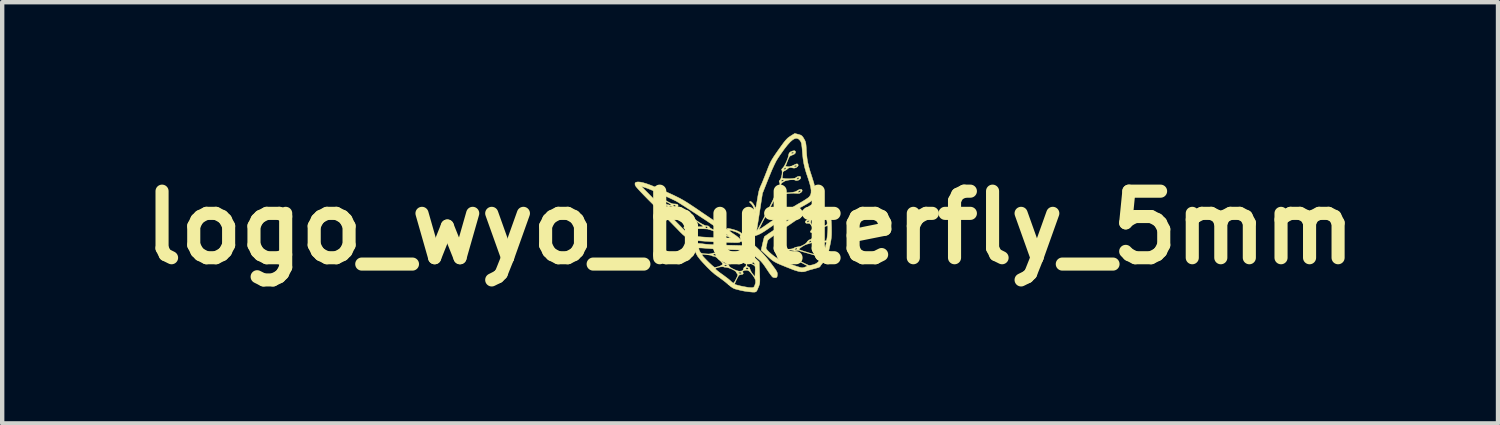
<source format=kicad_pcb>
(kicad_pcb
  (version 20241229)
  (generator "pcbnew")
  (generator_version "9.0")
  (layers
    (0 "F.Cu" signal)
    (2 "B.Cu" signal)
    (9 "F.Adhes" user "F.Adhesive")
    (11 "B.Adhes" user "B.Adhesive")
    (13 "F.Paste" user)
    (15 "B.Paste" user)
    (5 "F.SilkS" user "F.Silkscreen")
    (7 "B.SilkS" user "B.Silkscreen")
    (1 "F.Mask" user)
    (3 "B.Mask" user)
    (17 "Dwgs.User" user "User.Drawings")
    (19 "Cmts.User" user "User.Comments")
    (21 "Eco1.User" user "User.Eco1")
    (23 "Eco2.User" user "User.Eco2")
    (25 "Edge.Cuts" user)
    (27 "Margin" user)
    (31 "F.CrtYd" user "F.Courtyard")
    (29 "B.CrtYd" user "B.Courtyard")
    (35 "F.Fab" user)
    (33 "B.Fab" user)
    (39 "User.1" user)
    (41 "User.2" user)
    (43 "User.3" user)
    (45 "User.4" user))
  (footprint "logo_wyo_butterfly_5mm"
    (layer "F.Cu")
    (at 14.122 2.161)
    (property "Reference" "logo_wyo_butterfly_5mm" (at 0 0 0) (layer "F.SilkS") (effects (font (size 1.524 1.524) (thickness 0.3))))
    (attr through_hole)
    (fp_poly (pts (xy -1.132 0.365) (xy -1.053 0.375) (xy -1.009 0.38) (xy -0.941 0.385) (xy -0.853 0.39) (xy -0.752 0.394) (xy -0.644 0.398) (xy -0.563 0.401) (xy -0.177 0.411) (xy -0.092 0.496) (xy -0.041 0.546) (xy 0.021 0.606) (xy 0.083 0.666) (xy 0.1 0.682) (xy 0.208 0.784) (xy 0.218 1.028) (xy 0.222 1.118) (xy 0.224 1.185) (xy 0.223 1.234) (xy 0.22 1.272) (xy 0.213 1.304) (xy 0.202 1.337) (xy 0.186 1.375) (xy 0.168 1.42) (xy 0.152 1.451) (xy 0.133 1.469) (xy 0.105 1.477) (xy 0.062 1.477) (xy -0.001 1.471) (xy -0.06 1.464) (xy -0.124 1.455) (xy -0.188 1.443) (xy -0.224 1.435) (xy -0.28 1.42) (xy -0.336 1.406) (xy -0.348 1.403) (xy -0.394 1.382) (xy -0.452 1.342) (xy -0.504 1.297) (xy -0.508 1.294) (xy -0.353 1.294) (xy -0.353 1.296) (xy -0.331 1.306) (xy -0.288 1.318) (xy -0.23 1.333) (xy -0.165 1.347) (xy -0.099 1.359) (xy -0.041 1.369) (xy 0.003 1.373) (xy 0.009 1.374) (xy 0.055 1.373) (xy 0.081 1.366) (xy 0.096 1.348) (xy 0.106 1.326) (xy 0.125 1.265) (xy 0.125 1.21) (xy 0.104 1.154) (xy 0.062 1.09) (xy 0.05 1.075) (xy 0.008 1.025) (xy -0.023 0.995) (xy -0.05 0.98) (xy -0.075 0.975) (xy -0.123 0.978) (xy -0.156 0.99) (xy -0.17 1.008) (xy -0.164 1.024) (xy -0.154 1.05) (xy -0.17 1.069) (xy -0.21 1.076) (xy -0.21 1.076) (xy -0.233 1.078) (xy -0.252 1.09) (xy -0.272 1.116) (xy -0.297 1.163) (xy -0.307 1.182) (xy -0.331 1.232) (xy -0.347 1.272) (xy -0.353 1.294) (xy -0.508 1.294) (xy -0.566 1.245) (xy -0.64 1.188) (xy -0.711 1.136) (xy -0.724 1.127) (xy -0.804 1.069) (xy -0.889 0.996) (xy -0.945 0.941) (xy -0.795 0.941) (xy -0.785 0.956) (xy -0.782 0.958) (xy -0.76 0.978) (xy -0.719 1.011) (xy -0.667 1.05) (xy -0.62 1.083) (xy -0.56 1.128) (xy -0.504 1.17) (xy -0.461 1.206) (xy -0.441 1.225) (xy -0.41 1.253) (xy -0.386 1.269) (xy -0.381 1.27) (xy -0.367 1.258) (xy -0.345 1.225) (xy -0.32 1.178) (xy -0.318 1.174) (xy -0.294 1.123) (xy -0.282 1.091) (xy -0.283 1.072) (xy -0.292 1.06) (xy -0.311 1.035) (xy -0.311 1.033) (xy -0.267 1.033) (xy -0.256 1.045) (xy -0.254 1.046) (xy -0.223 1.06) (xy -0.205 1.051) (xy -0.202 1.047) (xy -0.203 1.029) (xy -0.223 1.02) (xy -0.251 1.023) (xy -0.267 1.033) (xy -0.311 1.033) (xy -0.314 1.022) (xy -0.327 1.004) (xy -0.36 0.98) (xy -0.406 0.955) (xy -0.458 0.933) (xy -0.506 0.917) (xy -0.541 0.911) (xy -0.582 0.907) (xy -0.61 0.898) (xy -0.61 0.898) (xy -0.636 0.895) (xy -0.682 0.9) (xy -0.719 0.908) (xy -0.767 0.921) (xy -0.791 0.93) (xy -0.795 0.941) (xy -0.945 0.941) (xy -0.982 0.905) (xy -1.087 0.793) (xy -1.139 0.735) (xy -1.201 0.655) (xy -1.221 0.618) (xy -1.099 0.618) (xy -1.098 0.628) (xy -1.096 0.633) (xy -1.076 0.66) (xy -1.041 0.698) (xy -0.997 0.744) (xy -0.948 0.793) (xy -0.9 0.838) (xy -0.857 0.877) (xy -0.824 0.903) (xy -0.808 0.911) (xy -0.779 0.907) (xy -0.737 0.896) (xy -0.723 0.893) (xy -0.679 0.875) (xy -0.664 0.867) (xy -0.598 0.867) (xy -0.585 0.878) (xy -0.56 0.882) (xy -0.532 0.876) (xy -0.523 0.867) (xy -0.536 0.855) (xy -0.56 0.852) (xy -0.588 0.857) (xy -0.598 0.867) (xy -0.664 0.867) (xy -0.644 0.855) (xy -0.639 0.85) (xy -0.629 0.836) (xy -0.63 0.821) (xy -0.645 0.799) (xy -0.677 0.764) (xy -0.7 0.742) (xy -0.757 0.69) (xy -0.8 0.663) (xy -0.823 0.657) (xy -0.857 0.652) (xy -0.875 0.643) (xy -0.896 0.634) (xy -0.939 0.626) (xy -0.993 0.619) (xy -1 0.618) (xy -1.043 0.615) (xy -0.85 0.615) (xy -0.839 0.627) (xy -0.836 0.628) (xy -0.805 0.641) (xy -0.782 0.639) (xy -0.777 0.628) (xy -0.789 0.607) (xy -0.817 0.601) (xy -0.833 0.605) (xy -0.85 0.615) (xy -1.043 0.615) (xy -1.056 0.613) (xy -1.087 0.613) (xy -1.099 0.618) (xy -1.221 0.618) (xy -1.246 0.571) (xy -1.262 0.531) (xy -1.283 0.467) (xy -1.175 0.467) (xy -1.174 0.485) (xy -1.163 0.519) (xy -1.156 0.533) (xy -1.14 0.563) (xy -1.124 0.58) (xy -1.1 0.59) (xy -1.058 0.596) (xy -1.019 0.6) (xy -0.944 0.604) (xy -0.894 0.598) (xy -0.873 0.591) (xy -0.824 0.579) (xy -0.788 0.582) (xy -0.754 0.593) (xy -0.741 0.614) (xy -0.74 0.631) (xy -0.729 0.663) (xy -0.702 0.704) (xy -0.664 0.748) (xy -0.624 0.787) (xy -0.587 0.814) (xy -0.564 0.822) (xy -0.526 0.829) (xy -0.496 0.846) (xy -0.482 0.867) (xy -0.483 0.874) (xy -0.476 0.891) (xy -0.446 0.915) (xy -0.403 0.94) (xy -0.352 0.965) (xy -0.301 0.985) (xy -0.257 0.997) (xy -0.24 0.998) (xy -0.199 0.994) (xy -0.17 0.984) (xy -0.168 0.983) (xy -0.152 0.956) (xy -0.149 0.938) (xy -0.149 0.938) (xy -0.098 0.938) (xy -0.096 0.942) (xy -0.074 0.955) (xy -0.048 0.951) (xy -0.038 0.943) (xy -0.042 0.928) (xy -0.062 0.918) (xy -0.086 0.917) (xy -0.091 0.92) (xy -0.098 0.938) (xy -0.149 0.938) (xy -0.137 0.91) (xy -0.12 0.901) (xy -0.099 0.885) (xy -0.091 0.863) (xy -0.075 0.863) (xy -0.063 0.889) (xy -0.041 0.899) (xy -0.014 0.912) (xy -0.003 0.947) (xy -0.002 0.948) (xy 0.01 0.984) (xy 0.036 1.029) (xy 0.057 1.059) (xy 0.112 1.126) (xy 0.116 1.016) (xy 0.118 0.96) (xy 0.117 0.914) (xy 0.114 0.888) (xy 0.113 0.887) (xy 0.093 0.865) (xy 0.055 0.842) (xy 0.01 0.823) (xy -0.029 0.814) (xy -0.046 0.815) (xy -0.07 0.834) (xy -0.075 0.863) (xy -0.091 0.863) (xy -0.09 0.859) (xy -0.092 0.834) (xy -0.108 0.822) (xy -0.109 0.822) (xy -0.136 0.813) (xy -0.157 0.801) (xy -0.176 0.782) (xy -0.175 0.777) (xy -0.127 0.777) (xy -0.106 0.789) (xy -0.089 0.792) (xy -0.065 0.785) (xy -0.06 0.777) (xy -0.073 0.766) (xy -0.098 0.762) (xy -0.123 0.767) (xy -0.127 0.777) (xy -0.175 0.777) (xy -0.171 0.763) (xy -0.166 0.756) (xy -0.131 0.735) (xy -0.086 0.735) (xy -0.042 0.753) (xy -0.025 0.767) (xy 0.008 0.796) (xy 0.047 0.822) (xy 0.085 0.84) (xy 0.111 0.846) (xy 0.117 0.844) (xy 0.11 0.831) (xy 0.085 0.802) (xy 0.044 0.759) (xy -0.008 0.708) (xy -0.044 0.673) (xy -0.216 0.512) (xy -0.508 0.503) (xy -0.614 0.499) (xy -0.726 0.493) (xy -0.833 0.487) (xy -0.926 0.48) (xy -0.982 0.476) (xy -1.053 0.47) (xy -1.113 0.466) (xy -1.155 0.465) (xy -1.174 0.467) (xy -1.175 0.467) (xy -1.283 0.467) (xy -1.284 0.464) (xy -1.292 0.415) (xy -1.283 0.383) (xy -1.255 0.365) (xy -1.206 0.359) (xy -1.132 0.365)) (stroke (width 0.01) (type solid)) (fill yes) (layer "F.SilkS"))
    (fp_poly (pts (xy 1.566 -0.577) (xy 1.567 -0.576) (xy 1.619 -0.54) (xy 1.677 -0.485) (xy 1.735 -0.418) (xy 1.785 -0.348) (xy 1.812 -0.299) (xy 1.831 -0.259) (xy 1.845 -0.225) (xy 1.853 -0.19) (xy 1.859 -0.146) (xy 1.862 -0.087) (xy 1.865 -0.006) (xy 1.865 0.007) (xy 1.866 0.096) (xy 1.865 0.167) (xy 1.86 0.23) (xy 1.851 0.296) (xy 1.836 0.374) (xy 1.824 0.43) (xy 1.803 0.525) (xy 1.785 0.596) (xy 1.768 0.65) (xy 1.749 0.693) (xy 1.725 0.732) (xy 1.694 0.772) (xy 1.667 0.804) (xy 1.633 0.845) (xy 1.609 0.878) (xy 1.599 0.895) (xy 1.599 0.896) (xy 1.585 0.905) (xy 1.549 0.918) (xy 1.497 0.933) (xy 1.47 0.94) (xy 1.404 0.958) (xy 1.343 0.975) (xy 1.298 0.991) (xy 1.289 0.994) (xy 1.236 1.01) (xy 1.179 1.013) (xy 1.112 1.003) (xy 1.028 0.978) (xy 0.994 0.966) (xy 0.922 0.938) (xy 0.835 0.904) (xy 0.747 0.868) (xy 0.693 0.846) (xy 0.619 0.813) (xy 0.563 0.784) (xy 0.515 0.753) (xy 0.466 0.714) (xy 0.408 0.662) (xy 0.39 0.645) (xy 0.253 0.515) (xy 0.265 0.465) (xy 0.365 0.465) (xy 0.372 0.487) (xy 0.399 0.522) (xy 0.441 0.564) (xy 0.493 0.61) (xy 0.55 0.655) (xy 0.607 0.694) (xy 0.658 0.724) (xy 0.666 0.728) (xy 0.747 0.763) (xy 0.835 0.8) (xy 0.922 0.834) (xy 1.006 0.865) (xy 1.081 0.891) (xy 1.141 0.909) (xy 1.182 0.919) (xy 1.195 0.92) (xy 1.238 0.91) (xy 1.276 0.897) (xy 1.304 0.884) (xy 1.313 0.876) (xy 1.313 0.876) (xy 1.299 0.868) (xy 1.262 0.848) (xy 1.206 0.818) (xy 1.134 0.78) (xy 1.051 0.737) (xy 0.992 0.705) (xy 0.878 0.646) (xy 0.787 0.601) (xy 0.72 0.57) (xy 0.674 0.553) (xy 0.648 0.547) (xy 0.645 0.548) (xy 0.614 0.546) (xy 0.601 0.527) (xy 0.602 0.522) (xy 0.711 0.522) (xy 0.721 0.532) (xy 0.753 0.554) (xy 0.804 0.584) (xy 0.868 0.62) (xy 0.941 0.661) (xy 1.02 0.704) (xy 1.099 0.745) (xy 1.175 0.784) (xy 1.243 0.818) (xy 1.298 0.844) (xy 1.337 0.861) (xy 1.353 0.865) (xy 1.385 0.862) (xy 1.432 0.852) (xy 1.458 0.845) (xy 1.51 0.824) (xy 1.552 0.792) (xy 1.587 0.752) (xy 1.615 0.713) (xy 1.633 0.686) (xy 1.637 0.676) (xy 1.622 0.671) (xy 1.583 0.66) (xy 1.525 0.643) (xy 1.452 0.623) (xy 1.388 0.605) (xy 1.306 0.582) (xy 1.232 0.561) (xy 1.174 0.544) (xy 1.134 0.531) (xy 1.121 0.526) (xy 1.091 0.521) (xy 1.057 0.529) (xy 1.016 0.537) (xy 0.986 0.526) (xy 0.959 0.518) (xy 0.913 0.512) (xy 0.858 0.509) (xy 0.801 0.508) (xy 0.752 0.511) (xy 0.719 0.517) (xy 0.711 0.522) (xy 0.602 0.522) (xy 0.606 0.501) (xy 0.642 0.501) (xy 0.645 0.519) (xy 0.66 0.52) (xy 0.679 0.514) (xy 0.694 0.503) (xy 1.021 0.503) (xy 1.037 0.508) (xy 1.044 0.508) (xy 1.066 0.501) (xy 1.119 0.501) (xy 1.134 0.508) (xy 1.172 0.522) (xy 1.228 0.54) (xy 1.296 0.561) (xy 1.37 0.584) (xy 1.445 0.606) (xy 1.516 0.626) (xy 1.576 0.642) (xy 1.62 0.652) (xy 1.64 0.656) (xy 1.66 0.645) (xy 1.673 0.624) (xy 1.682 0.597) (xy 1.695 0.552) (xy 1.711 0.496) (xy 1.725 0.438) (xy 1.738 0.386) (xy 1.746 0.349) (xy 1.748 0.336) (xy 1.734 0.332) (xy 1.698 0.33) (xy 1.645 0.33) (xy 1.583 0.333) (xy 1.519 0.337) (xy 1.46 0.342) (xy 1.412 0.348) (xy 1.382 0.355) (xy 1.382 0.355) (xy 1.337 0.37) (xy 1.3 0.38) (xy 1.267 0.392) (xy 1.225 0.414) (xy 1.182 0.441) (xy 1.145 0.468) (xy 1.123 0.491) (xy 1.119 0.501) (xy 1.066 0.501) (xy 1.07 0.499) (xy 1.076 0.486) (xy 1.069 0.466) (xy 1.063 0.463) (xy 1.043 0.473) (xy 1.031 0.486) (xy 1.021 0.503) (xy 0.694 0.503) (xy 0.7 0.498) (xy 0.695 0.483) (xy 0.672 0.478) (xy 0.648 0.487) (xy 0.642 0.501) (xy 0.606 0.501) (xy 0.607 0.499) (xy 0.627 0.476) (xy 0.666 0.455) (xy 0.705 0.449) (xy 0.734 0.46) (xy 0.742 0.471) (xy 0.761 0.484) (xy 0.801 0.492) (xy 0.853 0.495) (xy 0.909 0.493) (xy 0.959 0.486) (xy 0.995 0.474) (xy 1.004 0.468) (xy 1.036 0.452) (xy 1.081 0.442) (xy 1.094 0.441) (xy 1.15 0.43) (xy 1.21 0.405) (xy 1.265 0.371) (xy 1.304 0.334) (xy 1.308 0.326) (xy 1.348 0.326) (xy 1.352 0.341) (xy 1.368 0.341) (xy 1.394 0.327) (xy 1.401 0.316) (xy 1.397 0.301) (xy 1.381 0.301) (xy 1.355 0.315) (xy 1.348 0.326) (xy 1.308 0.326) (xy 1.314 0.318) (xy 1.342 0.287) (xy 1.366 0.278) (xy 1.439 0.278) (xy 1.454 0.299) (xy 1.49 0.31) (xy 1.548 0.313) (xy 1.59 0.314) (xy 1.661 0.313) (xy 1.708 0.308) (xy 1.736 0.3) (xy 1.749 0.291) (xy 1.756 0.27) (xy 1.763 0.229) (xy 1.769 0.174) (xy 1.775 0.114) (xy 1.779 0.055) (xy 1.78 0.004) (xy 1.779 -0.032) (xy 1.775 -0.045) (xy 1.759 -0.04) (xy 1.721 -0.029) (xy 1.671 -0.012) (xy 1.66 -0.008) (xy 1.573 0.029) (xy 1.511 0.074) (xy 1.471 0.131) (xy 1.451 0.188) (xy 1.439 0.242) (xy 1.439 0.278) (xy 1.366 0.278) (xy 1.373 0.274) (xy 1.405 0.262) (xy 1.421 0.235) (xy 1.426 0.214) (xy 1.435 0.173) (xy 1.444 0.142) (xy 1.444 0.141) (xy 1.441 0.123) (xy 1.422 0.12) (xy 1.389 0.111) (xy 1.381 0.09) (xy 1.384 0.084) (xy 1.425 0.084) (xy 1.44 0.09) (xy 1.447 0.09) (xy 1.473 0.081) (xy 1.479 0.067) (xy 1.472 0.047) (xy 1.466 0.045) (xy 1.447 0.055) (xy 1.434 0.067) (xy 1.425 0.084) (xy 1.384 0.084) (xy 1.399 0.061) (xy 1.408 0.052) (xy 1.446 0.019) (xy 1.407 -0.043) (xy 1.38 -0.081) (xy 1.358 -0.098) (xy 1.333 -0.099) (xy 1.327 -0.099) (xy 1.287 -0.099) (xy 1.266 -0.116) (xy 1.266 -0.117) (xy 1.388 -0.117) (xy 1.403 -0.077) (xy 1.429 -0.036) (xy 1.461 -0.001) (xy 1.486 0.015) (xy 1.514 0.015) (xy 1.561 0.006) (xy 1.618 -0.01) (xy 1.679 -0.03) (xy 1.733 -0.053) (xy 1.75 -0.061) (xy 1.764 -0.084) (xy 1.764 -0.127) (xy 1.752 -0.183) (xy 1.728 -0.246) (xy 1.706 -0.289) (xy 1.674 -0.342) (xy 1.648 -0.372) (xy 1.621 -0.38) (xy 1.588 -0.365) (xy 1.542 -0.329) (xy 1.516 -0.307) (xy 1.471 -0.265) (xy 1.434 -0.228) (xy 1.413 -0.202) (xy 1.409 -0.195) (xy 1.396 -0.162) (xy 1.388 -0.146) (xy 1.388 -0.117) (xy 1.266 -0.117) (xy 1.268 -0.135) (xy 1.3 -0.135) (xy 1.309 -0.121) (xy 1.337 -0.129) (xy 1.344 -0.134) (xy 1.358 -0.15) (xy 1.356 -0.158) (xy 1.335 -0.162) (xy 1.31 -0.152) (xy 1.3 -0.135) (xy 1.268 -0.135) (xy 1.269 -0.144) (xy 1.284 -0.163) (xy 1.317 -0.186) (xy 1.347 -0.194) (xy 1.374 -0.205) (xy 1.414 -0.233) (xy 1.461 -0.275) (xy 1.463 -0.277) (xy 1.508 -0.319) (xy 1.55 -0.357) (xy 1.579 -0.381) (xy 1.582 -0.383) (xy 1.616 -0.407) (xy 1.582 -0.442) (xy 1.553 -0.467) (xy 1.528 -0.478) (xy 1.527 -0.478) (xy 1.51 -0.47) (xy 1.472 -0.447) (xy 1.414 -0.41) (xy 1.34 -0.362) (xy 1.254 -0.305) (xy 1.156 -0.24) (xy 1.052 -0.169) (xy 1.04 -0.162) (xy 0.899 -0.065) (xy 0.78 0.015) (xy 0.682 0.082) (xy 0.602 0.137) (xy 0.539 0.182) (xy 0.491 0.217) (xy 0.455 0.245) (xy 0.429 0.267) (xy 0.412 0.285) (xy 0.402 0.301) (xy 0.396 0.315) (xy 0.393 0.33) (xy 0.39 0.348) (xy 0.388 0.359) (xy 0.378 0.409) (xy 0.369 0.449) (xy 0.365 0.465) (xy 0.265 0.465) (xy 0.288 0.362) (xy 0.303 0.299) (xy 0.316 0.247) (xy 0.326 0.214) (xy 0.33 0.204) (xy 0.346 0.193) (xy 0.383 0.167) (xy 0.439 0.128) (xy 0.511 0.08) (xy 0.596 0.022) (xy 0.69 -0.042) (xy 0.791 -0.11) (xy 0.895 -0.18) (xy 1 -0.251) (xy 1.102 -0.32) (xy 1.199 -0.385) (xy 1.287 -0.445) (xy 1.363 -0.496) (xy 1.425 -0.537) (xy 1.469 -0.566) (xy 1.492 -0.581) (xy 1.494 -0.583) (xy 1.527 -0.59) (xy 1.566 -0.577)) (stroke (width 0.01) (type solid)) (fill yes) (layer "F.SilkS"))
    (fp_poly (pts (xy 1.105 -2.135) (xy 1.152 -2.121) (xy 1.184 -2.103) (xy 1.21 -2.073) (xy 1.233 -2.036) (xy 1.253 -2) (xy 1.267 -1.968) (xy 1.276 -1.932) (xy 1.282 -1.886) (xy 1.287 -1.82) (xy 1.289 -1.774) (xy 1.296 -1.67) (xy 1.306 -1.577) (xy 1.322 -1.487) (xy 1.344 -1.393) (xy 1.375 -1.287) (xy 1.416 -1.162) (xy 1.419 -1.152) (xy 1.458 -1.028) (xy 1.483 -0.927) (xy 1.495 -0.843) (xy 1.493 -0.774) (xy 1.479 -0.715) (xy 1.47 -0.692) (xy 1.451 -0.66) (xy 1.424 -0.629) (xy 1.385 -0.597) (xy 1.33 -0.561) (xy 1.255 -0.517) (xy 1.195 -0.484) (xy 1.111 -0.438) (xy 1.03 -0.39) (xy 0.947 -0.338) (xy 0.856 -0.28) (xy 0.755 -0.212) (xy 0.638 -0.131) (xy 0.515 -0.044) (xy 0.417 0.024) (xy 0.339 0.077) (xy 0.276 0.116) (xy 0.225 0.144) (xy 0.18 0.165) (xy 0.143 0.178) (xy 0.092 0.193) (xy 0.055 0.203) (xy 0.037 0.206) (xy 0.037 0.206) (xy 0.038 0.19) (xy 0.043 0.15) (xy 0.052 0.09) (xy 0.055 0.067) (xy 0.151 0.067) (xy 0.155 0.07) (xy 0.168 0.052) (xy 0.18 0.031) (xy 0.204 -0.012) (xy 0.238 -0.075) (xy 0.279 -0.153) (xy 0.326 -0.242) (xy 0.375 -0.336) (xy 0.424 -0.432) (xy 0.47 -0.522) (xy 0.508 -0.6) (xy 0.539 -0.663) (xy 0.559 -0.708) (xy 0.568 -0.73) (xy 0.577 -0.749) (xy 0.616 -0.749) (xy 0.62 -0.735) (xy 0.636 -0.734) (xy 0.662 -0.749) (xy 0.669 -0.76) (xy 0.665 -0.775) (xy 0.649 -0.775) (xy 0.623 -0.76) (xy 0.616 -0.749) (xy 0.577 -0.749) (xy 0.585 -0.765) (xy 0.605 -0.783) (xy 0.629 -0.798) (xy 0.645 -0.817) (xy 0.657 -0.847) (xy 0.668 -0.896) (xy 0.673 -0.922) (xy 0.682 -0.979) (xy 0.682 -1.015) (xy 0.674 -1.036) (xy 0.673 -1.038) (xy 0.665 -1.058) (xy 0.67 -1.067) (xy 0.704 -1.067) (xy 0.71 -1.062) (xy 0.728 -1.061) (xy 0.757 -1.067) (xy 0.769 -1.075) (xy 0.771 -1.092) (xy 0.754 -1.097) (xy 0.728 -1.087) (xy 0.723 -1.083) (xy 0.704 -1.067) (xy 0.67 -1.067) (xy 0.679 -1.082) (xy 0.685 -1.088) (xy 0.699 -1.111) (xy 1.066 -1.111) (xy 1.082 -1.106) (xy 1.089 -1.106) (xy 1.115 -1.115) (xy 1.121 -1.128) (xy 1.113 -1.148) (xy 1.107 -1.15) (xy 1.088 -1.14) (xy 1.076 -1.128) (xy 1.066 -1.111) (xy 0.699 -1.111) (xy 0.704 -1.119) (xy 0.72 -1.166) (xy 0.731 -1.219) (xy 0.735 -1.269) (xy 0.731 -1.305) (xy 0.726 -1.315) (xy 0.722 -1.333) (xy 0.723 -1.335) (xy 0.767 -1.335) (xy 0.783 -1.33) (xy 0.79 -1.33) (xy 0.816 -1.339) (xy 0.822 -1.352) (xy 0.815 -1.372) (xy 0.809 -1.375) (xy 0.789 -1.364) (xy 0.777 -1.352) (xy 0.767 -1.335) (xy 0.723 -1.335) (xy 0.742 -1.359) (xy 0.751 -1.367) (xy 0.776 -1.399) (xy 0.805 -1.451) (xy 0.835 -1.513) (xy 0.86 -1.576) (xy 0.877 -1.631) (xy 0.882 -1.664) (xy 0.895 -1.706) (xy 0.945 -1.706) (xy 0.949 -1.691) (xy 0.964 -1.691) (xy 0.991 -1.705) (xy 0.998 -1.716) (xy 0.993 -1.731) (xy 0.978 -1.731) (xy 0.952 -1.717) (xy 0.945 -1.706) (xy 0.895 -1.706) (xy 0.895 -1.707) (xy 0.934 -1.74) (xy 0.983 -1.757) (xy 1.019 -1.76) (xy 1.037 -1.748) (xy 1.04 -1.742) (xy 1.039 -1.709) (xy 1.009 -1.68) (xy 0.956 -1.657) (xy 0.928 -1.646) (xy 0.908 -1.631) (xy 0.89 -1.605) (xy 0.871 -1.561) (xy 0.856 -1.523) (xy 0.811 -1.405) (xy 0.86 -1.396) (xy 0.9 -1.394) (xy 0.904 -1.395) (xy 1.003 -1.395) (xy 1.013 -1.39) (xy 1.027 -1.39) (xy 1.056 -1.395) (xy 1.068 -1.403) (xy 1.069 -1.421) (xy 1.053 -1.428) (xy 1.029 -1.422) (xy 1.019 -1.414) (xy 1.003 -1.395) (xy 0.904 -1.395) (xy 0.946 -1.407) (xy 0.993 -1.428) (xy 1.042 -1.451) (xy 1.072 -1.46) (xy 1.09 -1.455) (xy 1.094 -1.452) (xy 1.103 -1.427) (xy 1.09 -1.401) (xy 1.062 -1.378) (xy 1.026 -1.364) (xy 0.988 -1.363) (xy 0.977 -1.367) (xy 0.934 -1.376) (xy 0.892 -1.37) (xy 0.863 -1.352) (xy 0.861 -1.349) (xy 0.84 -1.329) (xy 0.803 -1.308) (xy 0.798 -1.306) (xy 0.763 -1.287) (xy 0.749 -1.262) (xy 0.747 -1.236) (xy 0.744 -1.192) (xy 0.738 -1.157) (xy 0.737 -1.14) (xy 0.745 -1.129) (xy 0.768 -1.122) (xy 0.811 -1.119) (xy 0.876 -1.118) (xy 0.909 -1.118) (xy 0.979 -1.121) (xy 1.024 -1.13) (xy 1.043 -1.14) (xy 1.082 -1.165) (xy 1.121 -1.175) (xy 1.15 -1.169) (xy 1.16 -1.157) (xy 1.158 -1.128) (xy 1.135 -1.102) (xy 1.1 -1.083) (xy 1.061 -1.077) (xy 1.028 -1.086) (xy 1.022 -1.091) (xy 0.998 -1.098) (xy 0.956 -1.097) (xy 0.903 -1.092) (xy 0.85 -1.082) (xy 0.805 -1.07) (xy 0.779 -1.057) (xy 0.747 -1.035) (xy 0.73 -1.027) (xy 0.712 -1.005) (xy 0.695 -0.954) (xy 0.687 -0.919) (xy 0.678 -0.866) (xy 0.676 -0.834) (xy 0.681 -0.815) (xy 0.694 -0.801) (xy 0.697 -0.799) (xy 0.725 -0.785) (xy 0.741 -0.784) (xy 0.763 -0.787) (xy 0.806 -0.792) (xy 0.864 -0.798) (xy 0.895 -0.8) (xy 0.975 -0.809) (xy 0.985 -0.811) (xy 1.094 -0.811) (xy 1.106 -0.807) (xy 1.12 -0.809) (xy 1.15 -0.82) (xy 1.162 -0.833) (xy 1.158 -0.849) (xy 1.139 -0.85) (xy 1.115 -0.838) (xy 1.104 -0.828) (xy 1.094 -0.811) (xy 0.985 -0.811) (xy 1.03 -0.82) (xy 1.064 -0.836) (xy 1.066 -0.838) (xy 1.107 -0.862) (xy 1.14 -0.875) (xy 1.176 -0.875) (xy 1.193 -0.857) (xy 1.188 -0.829) (xy 1.165 -0.804) (xy 1.137 -0.787) (xy 1.101 -0.781) (xy 1.055 -0.785) (xy 0.996 -0.788) (xy 0.927 -0.785) (xy 0.854 -0.779) (xy 0.786 -0.769) (xy 0.729 -0.757) (xy 0.693 -0.743) (xy 0.687 -0.739) (xy 0.652 -0.717) (xy 0.62 -0.705) (xy 0.606 -0.698) (xy 0.591 -0.684) (xy 0.572 -0.66) (xy 0.548 -0.622) (xy 0.517 -0.568) (xy 0.477 -0.495) (xy 0.426 -0.4) (xy 0.388 -0.328) (xy 0.339 -0.233) (xy 0.294 -0.146) (xy 0.257 -0.072) (xy 0.228 -0.013) (xy 0.209 0.027) (xy 0.203 0.044) (xy 0.203 0.044) (xy 0.217 0.039) (xy 0.25 0.019) (xy 0.297 -0.011) (xy 0.34 -0.041) (xy 0.484 -0.141) (xy 0.626 -0.237) (xy 0.761 -0.328) (xy 0.886 -0.409) (xy 0.998 -0.48) (xy 1.092 -0.537) (xy 1.144 -0.566) (xy 1.212 -0.606) (xy 1.274 -0.645) (xy 1.324 -0.679) (xy 1.353 -0.703) (xy 1.381 -0.743) (xy 1.396 -0.792) (xy 1.398 -0.854) (xy 1.386 -0.932) (xy 1.36 -1.031) (xy 1.326 -1.136) (xy 1.284 -1.261) (xy 1.253 -1.369) (xy 1.23 -1.47) (xy 1.213 -1.573) (xy 1.201 -1.688) (xy 1.196 -1.75) (xy 1.189 -1.832) (xy 1.182 -1.891) (xy 1.175 -1.932) (xy 1.164 -1.961) (xy 1.151 -1.986) (xy 1.142 -1.997) (xy 1.108 -2.03) (xy 1.07 -2.045) (xy 1.027 -2.039) (xy 0.978 -2.013) (xy 0.921 -1.964) (xy 0.856 -1.892) (xy 0.78 -1.795) (xy 0.694 -1.674) (xy 0.633 -1.584) (xy 0.595 -1.52) (xy 0.552 -1.433) (xy 0.501 -1.322) (xy 0.444 -1.184) (xy 0.421 -1.128) (xy 0.284 -0.784) (xy 0.224 -0.396) (xy 0.207 -0.289) (xy 0.192 -0.19) (xy 0.178 -0.104) (xy 0.167 -0.034) (xy 0.159 0.015) (xy 0.155 0.037) (xy 0.151 0.067) (xy 0.055 0.067) (xy 0.063 0.014) (xy 0.076 -0.073) (xy 0.076 -0.075) (xy 0.09 -0.162) (xy 0.101 -0.24) (xy 0.109 -0.303) (xy 0.114 -0.346) (xy 0.115 -0.364) (xy 0.115 -0.364) (xy 0.106 -0.36) (xy 0.085 -0.335) (xy 0.057 -0.294) (xy 0.024 -0.243) (xy -0.011 -0.186) (xy -0.044 -0.13) (xy -0.071 -0.08) (xy -0.09 -0.04) (xy -0.094 -0.03) (xy -0.11 0.024) (xy -0.123 0.078) (xy -0.125 0.092) (xy -0.128 0.127) (xy -0.12 0.142) (xy -0.096 0.146) (xy -0.094 0.146) (xy -0.057 0.155) (xy -0.037 0.184) (xy -0.03 0.237) (xy -0.03 0.238) (xy -0.027 0.265) (xy -0.016 0.29) (xy 0.007 0.319) (xy 0.047 0.359) (xy 0.078 0.387) (xy 0.176 0.477) (xy 0.257 0.556) (xy 0.328 0.633) (xy 0.397 0.714) (xy 0.47 0.808) (xy 0.49 0.834) (xy 0.543 0.906) (xy 0.581 0.958) (xy 0.605 0.996) (xy 0.619 1.025) (xy 0.625 1.049) (xy 0.625 1.074) (xy 0.625 1.081) (xy 0.619 1.121) (xy 0.607 1.14) (xy 0.583 1.147) (xy 0.583 1.147) (xy 0.542 1.143) (xy 0.518 1.134) (xy 0.5 1.116) (xy 0.47 1.078) (xy 0.432 1.025) (xy 0.39 0.962) (xy 0.382 0.95) (xy 0.331 0.874) (xy 0.288 0.816) (xy 0.247 0.769) (xy 0.2 0.726) (xy 0.148 0.684) (xy 0.065 0.616) (xy -0.012 0.546) (xy -0.079 0.478) (xy -0.133 0.417) (xy -0.169 0.366) (xy -0.178 0.348) (xy -0.192 0.317) (xy -0.204 0.311) (xy -0.222 0.324) (xy -0.233 0.332) (xy -0.25 0.338) (xy -0.279 0.342) (xy -0.321 0.343) (xy -0.383 0.342) (xy -0.467 0.34) (xy -0.537 0.337) (xy -0.651 0.333) (xy -0.776 0.327) (xy -0.902 0.32) (xy -1.016 0.313) (xy -1.077 0.308) (xy -1.19 0.299) (xy -1.281 0.287) (xy -1.354 0.271) (xy -1.417 0.246) (xy -1.476 0.211) (xy -1.537 0.161) (xy -1.605 0.095) (xy -1.673 0.024) (xy -1.726 -0.03) (xy -1.795 -0.101) (xy -1.878 -0.186) (xy -1.971 -0.279) (xy -2.068 -0.378) (xy -2.168 -0.478) (xy -2.235 -0.545) (xy -2.345 -0.655) (xy -2.434 -0.746) (xy -2.505 -0.82) (xy -2.559 -0.878) (xy -2.597 -0.922) (xy -2.612 -0.942) (xy -2.487 -0.942) (xy -2.122 -0.571) (xy -2.028 -0.476) (xy -1.933 -0.38) (xy -1.842 -0.287) (xy -1.759 -0.201) (xy -1.687 -0.127) (xy -1.629 -0.068) (xy -1.606 -0.044) (xy -1.53 0.035) (xy -1.466 0.094) (xy -1.409 0.138) (xy -1.351 0.168) (xy -1.286 0.189) (xy -1.209 0.203) (xy -1.112 0.213) (xy -1.038 0.218) (xy -0.945 0.223) (xy -0.848 0.228) (xy -0.753 0.232) (xy -0.663 0.235) (xy -0.584 0.237) (xy -0.519 0.238) (xy -0.473 0.237) (xy -0.451 0.235) (xy -0.449 0.233) (xy -0.472 0.22) (xy -0.518 0.199) (xy -0.58 0.173) (xy -0.652 0.144) (xy -0.73 0.115) (xy -0.806 0.086) (xy -0.876 0.062) (xy -0.933 0.044) (xy -0.971 0.033) (xy -0.979 0.032) (xy -1.038 0.028) (xy -1.112 0.026) (xy -1.194 0.025) (xy -1.275 0.027) (xy -1.347 0.029) (xy -1.401 0.034) (xy -1.419 0.036) (xy -1.466 0.039) (xy -1.501 0.028) (xy -1.518 0.007) (xy -1.516 0) (xy -1.479 0) (xy -1.466 0.011) (xy -1.442 0.015) (xy -1.414 0.01) (xy -1.404 0) (xy -1.409 -0.004) (xy -1.025 -0.004) (xy -1.023 0.001) (xy -1.004 0.013) (xy -0.982 0.013) (xy -0.971 0.001) (xy -0.983 -0.02) (xy -1.007 -0.026) (xy -1.016 -0.022) (xy -1.025 -0.004) (xy -1.409 -0.004) (xy -1.417 -0.011) (xy -1.442 -0.015) (xy -1.47 -0.01) (xy -1.479 0) (xy -1.516 0) (xy -1.512 -0.019) (xy -1.509 -0.022) (xy -1.485 -0.039) (xy -1.449 -0.039) (xy -1.435 -0.037) (xy -1.389 -0.031) (xy -1.33 -0.025) (xy -1.265 -0.022) (xy -1.201 -0.019) (xy -1.144 -0.019) (xy -1.1 -0.021) (xy -1.078 -0.025) (xy -1.076 -0.027) (xy -1.088 -0.041) (xy -1.119 -0.067) (xy -1.164 -0.098) (xy -1.216 -0.133) (xy -1.269 -0.166) (xy -1.317 -0.194) (xy -1.353 -0.213) (xy -1.372 -0.218) (xy -1.373 -0.218) (xy -1.395 -0.217) (xy -1.433 -0.225) (xy -1.452 -0.231) (xy -1.519 -0.249) (xy -1.566 -0.252) (xy -1.591 -0.239) (xy -1.591 -0.239) (xy -1.612 -0.228) (xy -1.65 -0.224) (xy -1.691 -0.228) (xy -1.71 -0.233) (xy -1.729 -0.252) (xy -1.731 -0.271) (xy -1.688 -0.271) (xy -1.676 -0.253) (xy -1.65 -0.244) (xy -1.639 -0.244) (xy -1.628 -0.258) (xy -1.444 -0.258) (xy -1.442 -0.254) (xy -1.423 -0.242) (xy -1.396 -0.24) (xy -1.377 -0.247) (xy -1.375 -0.253) (xy -1.385 -0.273) (xy -1.39 -0.277) (xy -1.414 -0.281) (xy -1.436 -0.273) (xy -1.444 -0.258) (xy -1.628 -0.258) (xy -1.627 -0.259) (xy -1.627 -0.262) (xy -1.638 -0.275) (xy -1.662 -0.281) (xy -1.683 -0.279) (xy -1.688 -0.271) (xy -1.731 -0.271) (xy -1.732 -0.278) (xy -1.718 -0.298) (xy -1.707 -0.301) (xy -1.656 -0.301) (xy -1.613 -0.293) (xy -1.592 -0.283) (xy -1.567 -0.272) (xy -1.531 -0.269) (xy -1.499 -0.274) (xy -1.488 -0.282) (xy -1.495 -0.297) (xy -1.521 -0.323) (xy -1.56 -0.355) (xy -1.606 -0.39) (xy -1.654 -0.423) (xy -1.695 -0.448) (xy -1.726 -0.462) (xy -1.733 -0.463) (xy -1.771 -0.471) (xy -1.792 -0.481) (xy -1.819 -0.491) (xy -1.844 -0.479) (xy -1.851 -0.472) (xy -1.886 -0.456) (xy -1.929 -0.453) (xy -1.97 -0.463) (xy -1.996 -0.484) (xy -1.998 -0.488) (xy -1.997 -0.493) (xy -1.957 -0.493) (xy -1.945 -0.482) (xy -1.92 -0.478) (xy -1.892 -0.483) (xy -1.883 -0.493) (xy -1.895 -0.504) (xy -1.92 -0.508) (xy -1.948 -0.503) (xy -1.957 -0.493) (xy -1.997 -0.493) (xy -1.997 -0.51) (xy -1.763 -0.51) (xy -1.751 -0.492) (xy -1.725 -0.483) (xy -1.713 -0.483) (xy -1.702 -0.498) (xy -1.702 -0.501) (xy -1.713 -0.514) (xy -1.737 -0.52) (xy -1.758 -0.518) (xy -1.763 -0.51) (xy -1.997 -0.51) (xy -1.996 -0.514) (xy -1.972 -0.529) (xy -1.928 -0.533) (xy -1.87 -0.523) (xy -1.841 -0.515) (xy -1.814 -0.512) (xy -1.808 -0.521) (xy -1.821 -0.537) (xy -1.855 -0.559) (xy -1.902 -0.584) (xy -1.955 -0.609) (xy -2.006 -0.628) (xy -2.049 -0.64) (xy -2.066 -0.642) (xy -2.11 -0.649) (xy -2.144 -0.663) (xy -2.163 -0.682) (xy -2.162 -0.687) (xy -2.122 -0.687) (xy -2.109 -0.676) (xy -2.084 -0.672) (xy -2.056 -0.677) (xy -2.047 -0.687) (xy -2.06 -0.699) (xy -2.084 -0.702) (xy -2.112 -0.697) (xy -2.122 -0.687) (xy -2.162 -0.687) (xy -2.158 -0.702) (xy -2.153 -0.708) (xy -2.123 -0.726) (xy -2.083 -0.73) (xy -2.042 -0.722) (xy -2.012 -0.704) (xy -2.002 -0.68) (xy -1.99 -0.662) (xy -1.957 -0.637) (xy -1.912 -0.609) (xy -1.861 -0.582) (xy -1.813 -0.559) (xy -1.775 -0.546) (xy -1.763 -0.544) (xy -1.708 -0.541) (xy -1.675 -0.536) (xy -1.657 -0.528) (xy -1.649 -0.515) (xy -1.648 -0.514) (xy -1.65 -0.488) (xy -1.658 -0.478) (xy -1.658 -0.464) (xy -1.637 -0.44) (xy -1.602 -0.409) (xy -1.557 -0.375) (xy -1.508 -0.343) (xy -1.461 -0.317) (xy -1.422 -0.3) (xy -1.404 -0.296) (xy -1.36 -0.284) (xy -1.338 -0.259) (xy -1.317 -0.233) (xy -1.276 -0.198) (xy -1.222 -0.158) (xy -1.162 -0.119) (xy -1.103 -0.084) (xy -1.051 -0.058) (xy -1.014 -0.045) (xy -1.009 -0.045) (xy -0.958 -0.038) (xy -0.93 -0.015) (xy -0.924 -0.003) (xy -0.909 0.011) (xy -0.871 0.033) (xy -0.819 0.058) (xy -0.777 0.077) (xy -0.675 0.12) (xy -0.598 0.151) (xy -0.545 0.172) (xy -0.513 0.183) (xy -0.499 0.186) (xy -0.501 0.182) (xy -0.522 0.165) (xy -0.566 0.133) (xy -0.628 0.09) (xy -0.661 0.067) (xy -0.473 0.067) (xy -0.46 0.086) (xy -0.419 0.118) (xy -0.376 0.147) (xy -0.322 0.184) (xy -0.276 0.219) (xy -0.246 0.245) (xy -0.239 0.255) (xy -0.222 0.28) (xy -0.216 0.279) (xy -0.222 0.252) (xy -0.225 0.244) (xy -0.232 0.205) (xy -0.225 0.189) (xy -0.22 0.167) (xy -0.241 0.142) (xy -0.287 0.115) (xy -0.353 0.089) (xy -0.42 0.069) (xy -0.46 0.062) (xy -0.473 0.067) (xy -0.661 0.067) (xy -0.706 0.037) (xy -0.797 -0.024) (xy -0.897 -0.091) (xy -1.002 -0.162) (xy -1.111 -0.233) (xy -1.219 -0.305) (xy -1.324 -0.373) (xy -1.423 -0.437) (xy -1.511 -0.494) (xy -1.587 -0.542) (xy -1.646 -0.579) (xy -1.686 -0.603) (xy -1.697 -0.609) (xy -1.773 -0.646) (xy -1.863 -0.688) (xy -1.96 -0.732) (xy -2.06 -0.777) (xy -2.157 -0.819) (xy -2.246 -0.857) (xy -2.322 -0.888) (xy -2.38 -0.91) (xy -2.405 -0.918) (xy -2.487 -0.942) (xy -2.612 -0.942) (xy -2.621 -0.954) (xy -2.632 -0.975) (xy -2.633 -0.979) (xy -2.634 -1.017) (xy -2.615 -1.038) (xy -2.572 -1.046) (xy -2.565 -1.046) (xy -2.513 -1.042) (xy -2.45 -1.029) (xy -2.374 -1.006) (xy -2.281 -0.973) (xy -2.169 -0.928) (xy -2.035 -0.87) (xy -1.932 -0.824) (xy -1.828 -0.777) (xy -1.742 -0.737) (xy -1.669 -0.701) (xy -1.603 -0.668) (xy -1.542 -0.634) (xy -1.479 -0.597) (xy -1.411 -0.554) (xy -1.332 -0.502) (xy -1.237 -0.439) (xy -1.123 -0.361) (xy -1.121 -0.359) (xy -1.016 -0.288) (xy -0.914 -0.219) (xy -0.821 -0.155) (xy -0.738 -0.099) (xy -0.671 -0.052) (xy -0.622 -0.019) (xy -0.602 -0.005) (xy -0.559 0.023) (xy -0.529 0.039) (xy -0.517 0.04) (xy -0.517 0.038) (xy -0.522 0.024) (xy -0.518 0.017) (xy -0.501 0.018) (xy -0.463 0.025) (xy -0.43 0.032) (xy -0.36 0.051) (xy -0.292 0.075) (xy -0.235 0.103) (xy -0.194 0.13) (xy -0.181 0.144) (xy -0.168 0.163) (xy -0.164 0.164) (xy -0.161 0.146) (xy -0.157 0.109) (xy -0.155 0.09) (xy -0.14 0.004) (xy -0.112 -0.079) (xy -0.066 -0.169) (xy -0.005 -0.265) (xy 0.033 -0.323) (xy 0.064 -0.374) (xy 0.084 -0.412) (xy 0.09 -0.429) (xy 0.08 -0.461) (xy 0.058 -0.503) (xy 0.03 -0.542) (xy 0.003 -0.567) (xy 0.003 -0.567) (xy -0.013 -0.583) (xy -0.006 -0.598) (xy 0.014 -0.6) (xy 0.041 -0.581) (xy 0.07 -0.548) (xy 0.096 -0.507) (xy 0.115 -0.465) (xy 0.121 -0.434) (xy 0.124 -0.429) (xy 0.13 -0.449) (xy 0.139 -0.492) (xy 0.151 -0.554) (xy 0.157 -0.59) (xy 0.173 -0.687) (xy 0.186 -0.76) (xy 0.197 -0.816) (xy 0.209 -0.861) (xy 0.222 -0.9) (xy 0.238 -0.94) (xy 0.259 -0.986) (xy 0.28 -1.035) (xy 0.308 -1.104) (xy 0.341 -1.186) (xy 0.375 -1.272) (xy 0.389 -1.308) (xy 0.419 -1.386) (xy 0.446 -1.45) (xy 0.472 -1.505) (xy 0.502 -1.559) (xy 0.538 -1.617) (xy 0.584 -1.685) (xy 0.643 -1.77) (xy 0.655 -1.786) (xy 0.717 -1.873) (xy 0.766 -1.94) (xy 0.806 -1.99) (xy 0.839 -2.027) (xy 0.868 -2.055) (xy 0.899 -2.078) (xy 0.929 -2.098) (xy 1.023 -2.156) (xy 1.105 -2.135)) (stroke (width 0.01) (type solid)) (fill yes) (layer "F.SilkS")))
  (gr_rect
    (start -3 -3)
    (end 31.245 6.643)
    (stroke (width 0.1) (type default))
    (fill no)
    (layer "Edge.Cuts")))
</source>
